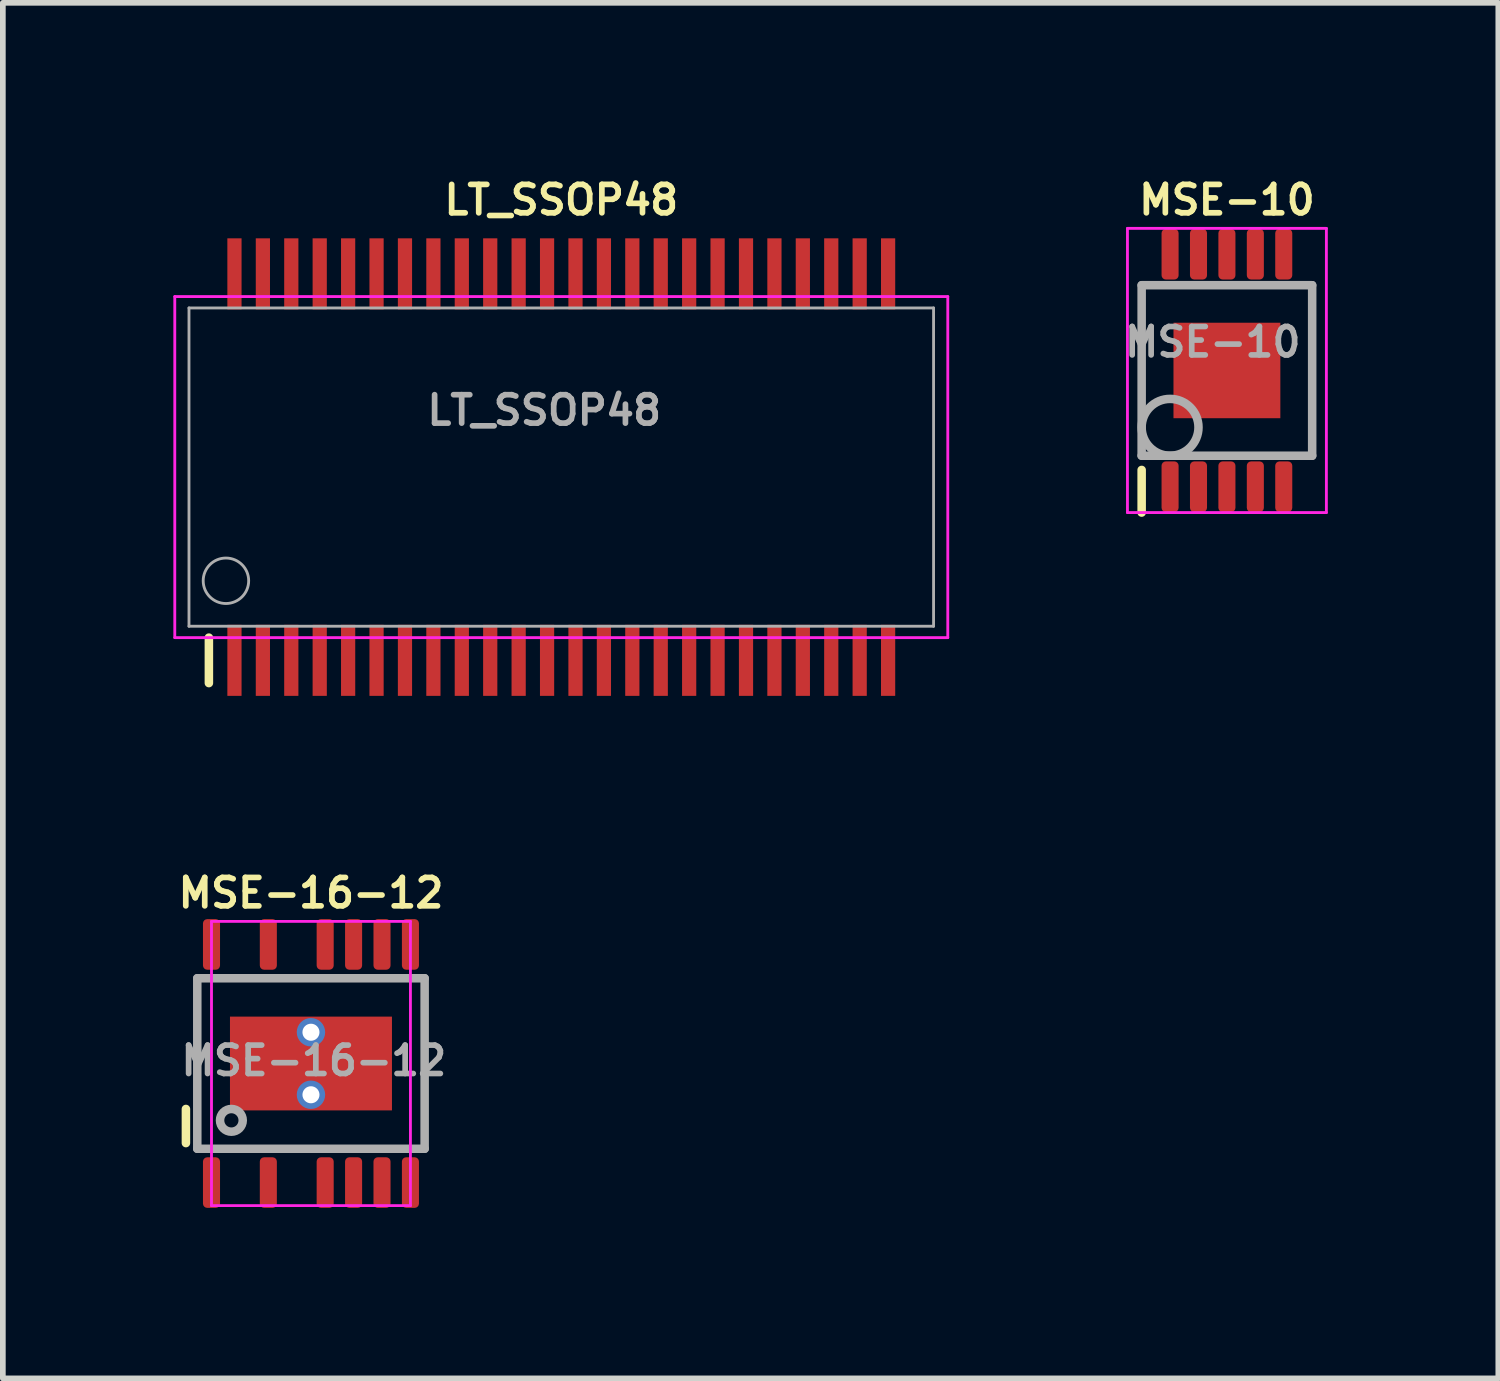
<source format=kicad_pcb>
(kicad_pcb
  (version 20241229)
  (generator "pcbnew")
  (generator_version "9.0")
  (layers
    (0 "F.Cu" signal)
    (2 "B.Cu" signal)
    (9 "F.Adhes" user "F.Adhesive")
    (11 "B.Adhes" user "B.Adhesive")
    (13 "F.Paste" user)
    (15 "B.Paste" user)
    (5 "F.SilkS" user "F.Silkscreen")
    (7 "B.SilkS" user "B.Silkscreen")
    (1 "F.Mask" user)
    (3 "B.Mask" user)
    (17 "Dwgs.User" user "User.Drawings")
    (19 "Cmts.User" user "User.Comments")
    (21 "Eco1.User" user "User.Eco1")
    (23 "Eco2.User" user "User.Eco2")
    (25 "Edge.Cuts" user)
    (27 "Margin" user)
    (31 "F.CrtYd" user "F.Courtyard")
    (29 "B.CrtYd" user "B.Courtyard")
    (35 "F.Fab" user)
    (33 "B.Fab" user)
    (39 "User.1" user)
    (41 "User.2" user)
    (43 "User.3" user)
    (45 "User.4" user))
  (footprint "MSE-16-12"
    (layer "F.Cu")
    (at 2.421 15.661)
    (property "Reference" "MSE-16-12" (at 0 -3 0) (layer "F.SilkS") (effects (font (size 0.5 0.5) (thickness 0.1))))
    (attr smd)
    (fp_line (start -2.2 0.8) (end -2.2 1.4) (stroke (width 0.15) (type solid)) (layer "F.SilkS"))
    (fp_line (start -1.75 -2.5) (end 1.75 -2.5) (stroke (width 0.05) (type solid)) (layer "F.CrtYd"))
    (fp_line (start -1.75 2.5) (end -1.75 -2.5) (stroke (width 0.05) (type solid)) (layer "F.CrtYd"))
    (fp_line (start -1.75 2.5) (end 1.75 2.5) (stroke (width 0.05) (type solid)) (layer "F.CrtYd"))
    (fp_line (start 1.75 2.5) (end 1.75 -2.5) (stroke (width 0.05) (type solid)) (layer "F.CrtYd"))
    (fp_line (start -2 -1.5) (end -2 1.5) (stroke (width 0.15) (type solid)) (layer "F.Fab"))
    (fp_line (start -2 1.5) (end 2 1.5) (stroke (width 0.15) (type solid)) (layer "F.Fab"))
    (fp_line (start 2 -1.5) (end -2 -1.5) (stroke (width 0.15) (type solid)) (layer "F.Fab"))
    (fp_line (start 2 1.5) (end 2 -1.5) (stroke (width 0.15) (type solid)) (layer "F.Fab"))
    (fp_circle (center -1.4 1) (end -1.4 1.2) (stroke (width 0.15) (type solid)) (fill no) (layer "F.Fab"))
    (fp_text user "${REFERENCE}" (at 0.05 -0.05 0) (layer "F.Fab") (effects (font (size 0.5 0.5) (thickness 0.1))))
    (pad "" smd rect (at -0.8 0) (size 1 1) (layers "F.Paste"))
    (pad "" smd rect (at 0.8 0) (size 1 1) (layers "F.Paste"))
    (pad "1" smd roundrect (at -1.75 2.095) (size 0.3 0.89) (layers "F.Cu" "F.Mask" "F.Paste") (roundrect_rratio 0.25))
    (pad "3" smd roundrect (at -0.75 2.095) (size 0.3 0.89) (layers "F.Cu" "F.Mask" "F.Paste") (roundrect_rratio 0.25))
    (pad "5" smd roundrect (at 0.25 2.095) (size 0.3 0.89) (layers "F.Cu" "F.Mask" "F.Paste") (roundrect_rratio 0.25))
    (pad "6" smd roundrect (at 0.75 2.095) (size 0.3 0.89) (layers "F.Cu" "F.Mask" "F.Paste") (roundrect_rratio 0.25))
    (pad "7" smd roundrect (at 1.25 2.095) (size 0.3 0.89) (layers "F.Cu" "F.Mask" "F.Paste") (roundrect_rratio 0.25))
    (pad "8" smd roundrect (at 1.75 2.095) (size 0.3 0.89) (layers "F.Cu" "F.Mask" "F.Paste") (roundrect_rratio 0.25))
    (pad "9" smd roundrect (at 1.75 -2.095) (size 0.3 0.89) (layers "F.Cu" "F.Mask" "F.Paste") (roundrect_rratio 0.25))
    (pad "10" smd roundrect (at 1.25 -2.095) (size 0.3 0.89) (layers "F.Cu" "F.Mask" "F.Paste") (roundrect_rratio 0.25))
    (pad "11" smd roundrect (at 0.75 -2.095) (size 0.3 0.89) (layers "F.Cu" "F.Mask" "F.Paste") (roundrect_rratio 0.25))
    (pad "12" smd roundrect (at 0.25 -2.095) (size 0.3 0.89) (layers "F.Cu" "F.Mask" "F.Paste") (roundrect_rratio 0.25))
    (pad "14" smd roundrect (at -0.75 -2.095) (size 0.3 0.89) (layers "F.Cu" "F.Mask" "F.Paste") (roundrect_rratio 0.25))
    (pad "16" smd roundrect (at -1.75 -2.095) (size 0.3 0.89) (layers "F.Cu" "F.Mask" "F.Paste") (roundrect_rratio 0.25))
    (pad "17" thru_hole circle (at 0 -0.55) (size 0.5 0.5) (drill 0.3) (layers "*.Cu" "F.Mask"))
    (pad "17" smd rect (at 0 0) (size 2.85 1.65) (layers "F.Cu" "F.Mask"))
    (pad "17" thru_hole circle (at 0 0.55) (size 0.5 0.5) (drill 0.3) (layers "*.Cu" "F.Mask")))
  (footprint "LT_SSOP48"
    (layer "F.Cu")
    (at 6.825 5.168)
    (property "Reference" "LT_SSOP48" (at 0 -4.7 0) (layer "F.SilkS") (effects (font (size 0.5 0.5) (thickness 0.1))))
    (attr smd)
    (fp_line (start -6.2 3) (end -6.2 3.8) (stroke (width 0.15) (type solid)) (layer "F.SilkS"))
    (fp_line (start -6.8 -3) (end 6.8 -3) (stroke (width 0.05) (type solid)) (layer "F.CrtYd"))
    (fp_line (start -6.8 3) (end -6.8 -3) (stroke (width 0.05) (type solid)) (layer "F.CrtYd"))
    (fp_line (start 6.8 -3) (end 6.8 3) (stroke (width 0.05) (type solid)) (layer "F.CrtYd"))
    (fp_line (start 6.8 3) (end -6.8 3) (stroke (width 0.05) (type solid)) (layer "F.CrtYd"))
    (fp_line (start -6.55 -2.8) (end 6.55 -2.8) (stroke (width 0.05) (type solid)) (layer "F.Fab"))
    (fp_line (start -6.55 2.8) (end -6.55 -2.8) (stroke (width 0.05) (type solid)) (layer "F.Fab"))
    (fp_line (start 6.55 -2.8) (end 6.55 2.8) (stroke (width 0.05) (type solid)) (layer "F.Fab"))
    (fp_line (start 6.55 2.8) (end -6.55 2.8) (stroke (width 0.05) (type solid)) (layer "F.Fab"))
    (fp_circle (center -5.9 2) (end -5.5 2) (stroke (width 0.05) (type solid)) (fill no) (layer "F.Fab"))
    (fp_text user "${REFERENCE}" (at -0.3 -1 0) (layer "F.Fab") (effects (font (size 0.5 0.5) (thickness 0.1))))
    (pad "1" smd rect (at -5.75 3.4) (size 0.25 1.25) (layers "F.Cu" "F.Mask" "F.Paste"))
    (pad "2" smd rect (at -5.25 3.4) (size 0.25 1.25) (layers "F.Cu" "F.Mask" "F.Paste"))
    (pad "3" smd rect (at -4.75 3.4) (size 0.25 1.25) (layers "F.Cu" "F.Mask" "F.Paste"))
    (pad "4" smd rect (at -4.25 3.4) (size 0.25 1.25) (layers "F.Cu" "F.Mask" "F.Paste"))
    (pad "5" smd rect (at -3.75 3.4) (size 0.25 1.25) (layers "F.Cu" "F.Mask" "F.Paste"))
    (pad "6" smd rect (at -3.25 3.4) (size 0.25 1.25) (layers "F.Cu" "F.Mask" "F.Paste"))
    (pad "7" smd rect (at -2.75 3.4) (size 0.25 1.25) (layers "F.Cu" "F.Mask" "F.Paste"))
    (pad "8" smd rect (at -2.25 3.4) (size 0.25 1.25) (layers "F.Cu" "F.Mask" "F.Paste"))
    (pad "9" smd rect (at -1.75 3.4) (size 0.25 1.25) (layers "F.Cu" "F.Mask" "F.Paste"))
    (pad "10" smd rect (at -1.25 3.4) (size 0.25 1.25) (layers "F.Cu" "F.Mask" "F.Paste"))
    (pad "11" smd rect (at -0.75 3.4) (size 0.25 1.25) (layers "F.Cu" "F.Mask" "F.Paste"))
    (pad "12" smd rect (at -0.25 3.4) (size 0.25 1.25) (layers "F.Cu" "F.Mask" "F.Paste"))
    (pad "13" smd rect (at 0.25 3.4) (size 0.25 1.25) (layers "F.Cu" "F.Mask" "F.Paste"))
    (pad "14" smd rect (at 0.75 3.4) (size 0.25 1.25) (layers "F.Cu" "F.Mask" "F.Paste"))
    (pad "15" smd rect (at 1.25 3.4) (size 0.25 1.25) (layers "F.Cu" "F.Mask" "F.Paste"))
    (pad "16" smd rect (at 1.75 3.4) (size 0.25 1.25) (layers "F.Cu" "F.Mask" "F.Paste"))
    (pad "17" smd rect (at 2.25 3.4) (size 0.25 1.25) (layers "F.Cu" "F.Mask" "F.Paste"))
    (pad "18" smd rect (at 2.75 3.4) (size 0.25 1.25) (layers "F.Cu" "F.Mask" "F.Paste"))
    (pad "19" smd rect (at 3.25 3.4) (size 0.25 1.25) (layers "F.Cu" "F.Mask" "F.Paste"))
    (pad "20" smd rect (at 3.75 3.4) (size 0.25 1.25) (layers "F.Cu" "F.Mask" "F.Paste"))
    (pad "21" smd rect (at 4.25 3.4) (size 0.25 1.25) (layers "F.Cu" "F.Mask" "F.Paste"))
    (pad "22" smd rect (at 4.75 3.4) (size 0.25 1.25) (layers "F.Cu" "F.Mask" "F.Paste"))
    (pad "23" smd rect (at 5.25 3.4) (size 0.25 1.25) (layers "F.Cu" "F.Mask" "F.Paste"))
    (pad "24" smd rect (at 5.75 3.4) (size 0.25 1.25) (layers "F.Cu" "F.Mask" "F.Paste"))
    (pad "25" smd rect (at 5.75 -3.4) (size 0.25 1.25) (layers "F.Cu" "F.Mask" "F.Paste"))
    (pad "26" smd rect (at 5.25 -3.4) (size 0.25 1.25) (layers "F.Cu" "F.Mask" "F.Paste"))
    (pad "27" smd rect (at 4.75 -3.4) (size 0.25 1.25) (layers "F.Cu" "F.Mask" "F.Paste"))
    (pad "28" smd rect (at 4.25 -3.4) (size 0.25 1.25) (layers "F.Cu" "F.Mask" "F.Paste"))
    (pad "29" smd rect (at 3.75 -3.4) (size 0.25 1.25) (layers "F.Cu" "F.Mask" "F.Paste"))
    (pad "30" smd rect (at 3.25 -3.4) (size 0.25 1.25) (layers "F.Cu" "F.Mask" "F.Paste"))
    (pad "31" smd rect (at 2.75 -3.4) (size 0.25 1.25) (layers "F.Cu" "F.Mask" "F.Paste"))
    (pad "32" smd rect (at 2.25 -3.4) (size 0.25 1.25) (layers "F.Cu" "F.Mask" "F.Paste"))
    (pad "33" smd rect (at 1.75 -3.4) (size 0.25 1.25) (layers "F.Cu" "F.Mask" "F.Paste"))
    (pad "34" smd rect (at 1.25 -3.4) (size 0.25 1.25) (layers "F.Cu" "F.Mask" "F.Paste"))
    (pad "35" smd rect (at 0.75 -3.4) (size 0.25 1.25) (layers "F.Cu" "F.Mask" "F.Paste"))
    (pad "36" smd rect (at 0.25 -3.4) (size 0.25 1.25) (layers "F.Cu" "F.Mask" "F.Paste"))
    (pad "37" smd rect (at -0.25 -3.4) (size 0.25 1.25) (layers "F.Cu" "F.Mask" "F.Paste"))
    (pad "38" smd rect (at -0.75 -3.4) (size 0.25 1.25) (layers "F.Cu" "F.Mask" "F.Paste"))
    (pad "39" smd rect (at -1.25 -3.4) (size 0.25 1.25) (layers "F.Cu" "F.Mask" "F.Paste"))
    (pad "40" smd rect (at -1.75 -3.4) (size 0.25 1.25) (layers "F.Cu" "F.Mask" "F.Paste"))
    (pad "41" smd rect (at -2.25 -3.4) (size 0.25 1.25) (layers "F.Cu" "F.Mask" "F.Paste"))
    (pad "42" smd rect (at -2.75 -3.4) (size 0.25 1.25) (layers "F.Cu" "F.Mask" "F.Paste"))
    (pad "43" smd rect (at -3.25 -3.4) (size 0.25 1.25) (layers "F.Cu" "F.Mask" "F.Paste"))
    (pad "44" smd rect (at -3.75 -3.4) (size 0.25 1.25) (layers "F.Cu" "F.Mask" "F.Paste"))
    (pad "45" smd rect (at -4.25 -3.4) (size 0.25 1.25) (layers "F.Cu" "F.Mask" "F.Paste"))
    (pad "46" smd rect (at -4.75 -3.4) (size 0.25 1.25) (layers "F.Cu" "F.Mask" "F.Paste"))
    (pad "47" smd rect (at -5.25 -3.4) (size 0.25 1.25) (layers "F.Cu" "F.Mask" "F.Paste"))
    (pad "48" smd rect (at -5.75 -3.4) (size 0.25 1.25) (layers "F.Cu" "F.Mask" "F.Paste")))
  (footprint "MSE-10"
    (layer "F.Cu")
    (at 18.536 3.468)
    (property "Reference" "MSE-10" (at 0 -3 0) (layer "F.SilkS") (effects (font (size 0.5 0.5) (thickness 0.1))))
    (attr smd)
    (fp_line (start -1.5 1.75) (end -1.5 2.5) (stroke (width 0.15) (type solid)) (layer "F.SilkS"))
    (fp_line (start -1.75 -2.5) (end 1.75 -2.5) (stroke (width 0.05) (type solid)) (layer "F.CrtYd"))
    (fp_line (start -1.75 2.5) (end -1.75 -2.5) (stroke (width 0.05) (type solid)) (layer "F.CrtYd"))
    (fp_line (start -1.75 2.5) (end 1.75 2.5) (stroke (width 0.05) (type solid)) (layer "F.CrtYd"))
    (fp_line (start 1.75 2.5) (end 1.75 -2.5) (stroke (width 0.05) (type solid)) (layer "F.CrtYd"))
    (fp_line (start -1.5 -1.5) (end -1.5 1.5) (stroke (width 0.15) (type solid)) (layer "F.Fab"))
    (fp_line (start -1.5 1.5) (end 1.5 1.5) (stroke (width 0.15) (type solid)) (layer "F.Fab"))
    (fp_line (start 1.5 -1.5) (end -1.5 -1.5) (stroke (width 0.15) (type solid)) (layer "F.Fab"))
    (fp_line (start 1.5 1.5) (end 1.5 -1.5) (stroke (width 0.15) (type solid)) (layer "F.Fab"))
    (fp_circle (center -1 1) (end -1 1.5) (stroke (width 0.15) (type solid)) (fill no) (layer "F.Fab"))
    (fp_text user "${REFERENCE}" (at -0.25 -0.5 0) (layer "F.Fab") (effects (font (size 0.5 0.5) (thickness 0.1))))
    (pad "1" smd roundrect (at -1 2.045) (size 0.3 0.89) (layers "F.Cu" "F.Mask" "F.Paste") (roundrect_rratio 0.25))
    (pad "2" smd roundrect (at -0.5 2.045) (size 0.3 0.89) (layers "F.Cu" "F.Mask" "F.Paste") (roundrect_rratio 0.25))
    (pad "3" smd roundrect (at 0 2.045) (size 0.3 0.89) (layers "F.Cu" "F.Mask" "F.Paste") (roundrect_rratio 0.25))
    (pad "4" smd roundrect (at 0.5 2.045) (size 0.3 0.89) (layers "F.Cu" "F.Mask" "F.Paste") (roundrect_rratio 0.25))
    (pad "5" smd roundrect (at 1 2.045) (size 0.3 0.89) (layers "F.Cu" "F.Mask" "F.Paste") (roundrect_rratio 0.25))
    (pad "6" smd roundrect (at 1 -2.045) (size 0.3 0.89) (layers "F.Cu" "F.Mask" "F.Paste") (roundrect_rratio 0.25))
    (pad "7" smd roundrect (at 0.5 -2.045) (size 0.3 0.89) (layers "F.Cu" "F.Mask" "F.Paste") (roundrect_rratio 0.25))
    (pad "8" smd roundrect (at 0 -2.045) (size 0.3 0.89) (layers "F.Cu" "F.Mask" "F.Paste") (roundrect_rratio 0.25))
    (pad "9" smd roundrect (at -0.5 -2.045) (size 0.3 0.89) (layers "F.Cu" "F.Mask" "F.Paste") (roundrect_rratio 0.25))
    (pad "10" smd roundrect (at -1 -2.045) (size 0.3 0.89) (layers "F.Cu" "F.Mask" "F.Paste") (roundrect_rratio 0.25))
    (pad "11" smd rect (at 0 0) (size 1.88 1.68) (layers "F.Cu" "F.Mask" "F.Paste")))
  (gr_rect
    (start -3 -3)
    (end 23.311 21.201)
    (stroke (width 0.1) (type default))
    (fill no)
    (layer "Edge.Cuts")))
</source>
